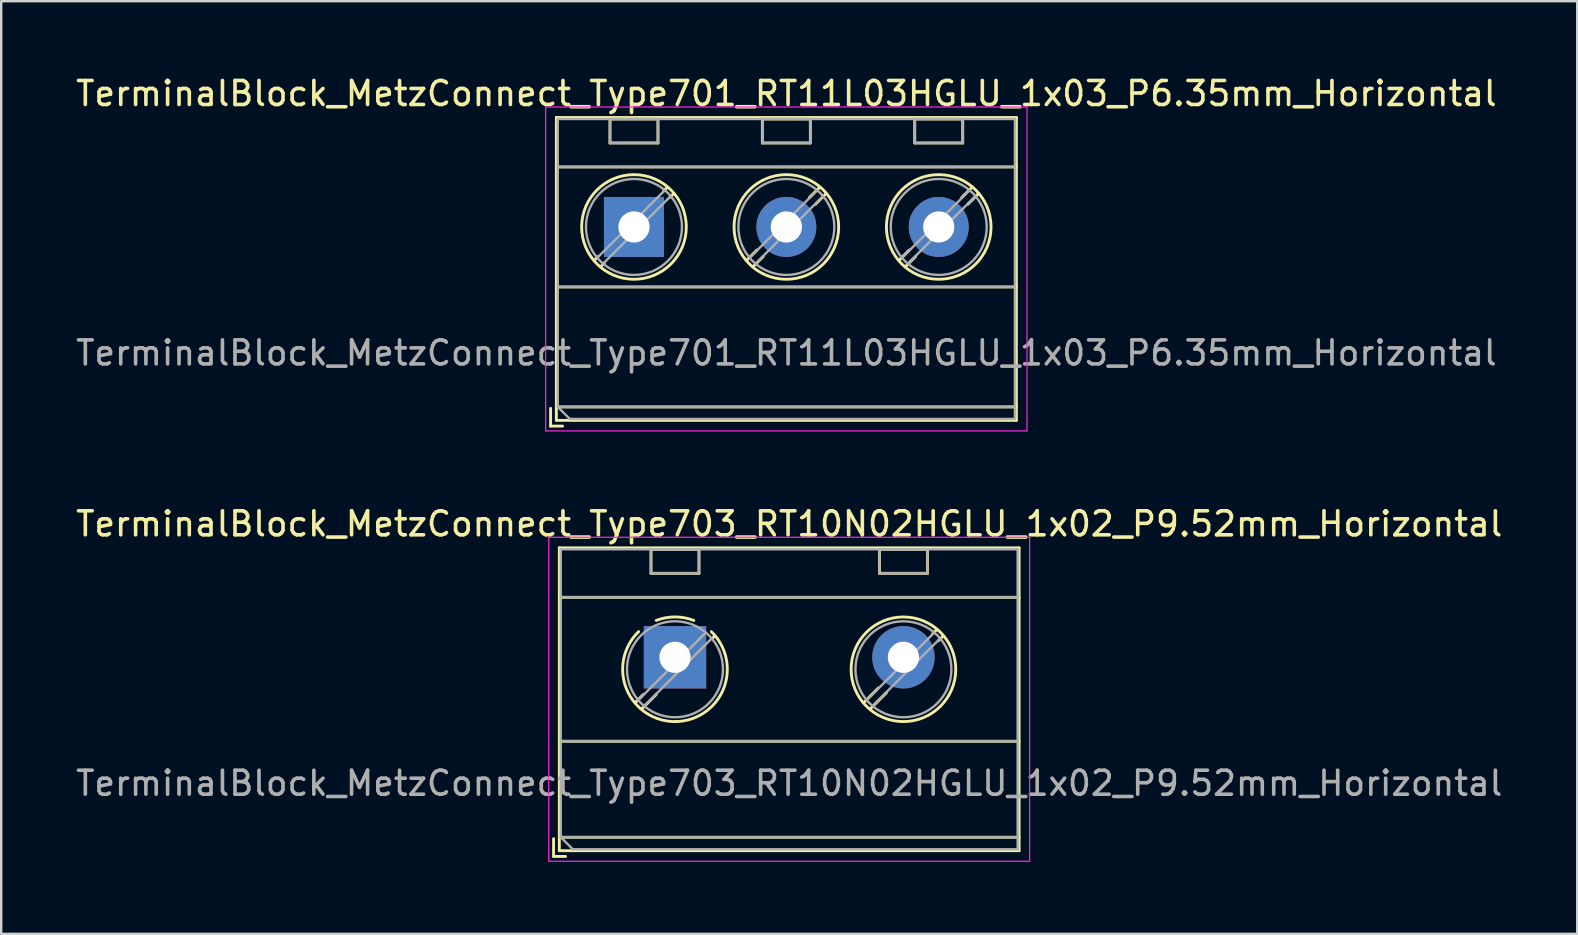
<source format=kicad_pcb>
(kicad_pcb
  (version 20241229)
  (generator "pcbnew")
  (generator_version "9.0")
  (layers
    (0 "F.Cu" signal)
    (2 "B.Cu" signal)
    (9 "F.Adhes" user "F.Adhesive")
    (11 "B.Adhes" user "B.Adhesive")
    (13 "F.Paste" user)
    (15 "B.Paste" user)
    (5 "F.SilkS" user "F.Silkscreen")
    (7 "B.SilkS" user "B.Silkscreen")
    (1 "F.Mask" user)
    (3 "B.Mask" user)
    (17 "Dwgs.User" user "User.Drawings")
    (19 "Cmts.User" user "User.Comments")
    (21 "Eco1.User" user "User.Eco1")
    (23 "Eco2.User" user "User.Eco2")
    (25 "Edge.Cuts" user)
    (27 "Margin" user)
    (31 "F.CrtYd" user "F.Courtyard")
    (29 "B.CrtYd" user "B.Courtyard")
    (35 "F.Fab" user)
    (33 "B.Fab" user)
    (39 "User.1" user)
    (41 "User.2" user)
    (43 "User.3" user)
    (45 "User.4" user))
  (footprint "TerminalBlock_MetzConnect_Type701_RT11L03HGLU_1x03_P6.35mm_Horizontal"
    (layer "F.Cu")
    (at 23.37 6.408)
    (property "Reference" "TerminalBlock_MetzConnect_Type701_RT11L03HGLU_1x03_P6.35mm_Horizontal" (at 6.35 -5.56 0) (layer "F.SilkS") (effects (font (size 1 1) (thickness 0.15))))
    (attr through_hole)
    (fp_line (start -3.475 7.56) (end -3.475 8.3) (stroke (width 0.12) (type solid)) (layer "F.SilkS"))
    (fp_line (start -3.475 8.3) (end -2.975 8.3) (stroke (width 0.12) (type solid)) (layer "F.SilkS"))
    (fp_line (start -3.235 -4.56) (end -3.235 8.06) (stroke (width 0.12) (type solid)) (layer "F.SilkS"))
    (fp_line (start -3.235 -4.56) (end 15.935 -4.56) (stroke (width 0.12) (type solid)) (layer "F.SilkS"))
    (fp_line (start -3.235 -2.5) (end 15.935 -2.5) (stroke (width 0.12) (type solid)) (layer "F.SilkS"))
    (fp_line (start -3.235 2.5) (end 15.935 2.5) (stroke (width 0.12) (type solid)) (layer "F.SilkS"))
    (fp_line (start -3.235 7.5) (end 15.935 7.5) (stroke (width 0.12) (type solid)) (layer "F.SilkS"))
    (fp_line (start -3.235 8.06) (end 15.935 8.06) (stroke (width 0.12) (type solid)) (layer "F.SilkS"))
    (fp_line (start -1.502 1.235) (end -1.654 1.388) (stroke (width 0.12) (type solid)) (layer "F.SilkS"))
    (fp_line (start -1.236 1.502) (end -1.388 1.654) (stroke (width 0.12) (type solid)) (layer "F.SilkS"))
    (fp_line (start -1 -4.5) (end -1 -3.5) (stroke (width 0.12) (type solid)) (layer "F.SilkS"))
    (fp_line (start -1 -4.5) (end 1 -4.5) (stroke (width 0.12) (type solid)) (layer "F.SilkS"))
    (fp_line (start -1 -3.5) (end 1 -3.5) (stroke (width 0.12) (type solid)) (layer "F.SilkS"))
    (fp_line (start 1 -4.5) (end 1 -3.5) (stroke (width 0.12) (type solid)) (layer "F.SilkS"))
    (fp_line (start 1.388 -1.654) (end 1.236 -1.502) (stroke (width 0.12) (type solid)) (layer "F.SilkS"))
    (fp_line (start 1.654 -1.388) (end 1.502 -1.236) (stroke (width 0.12) (type solid)) (layer "F.SilkS"))
    (fp_line (start 5.123 0.962) (end 4.697 1.388) (stroke (width 0.12) (type solid)) (layer "F.SilkS"))
    (fp_line (start 5.35 -4.5) (end 5.35 -3.5) (stroke (width 0.12) (type solid)) (layer "F.SilkS"))
    (fp_line (start 5.35 -4.5) (end 7.35 -4.5) (stroke (width 0.12) (type solid)) (layer "F.SilkS"))
    (fp_line (start 5.35 -3.5) (end 7.35 -3.5) (stroke (width 0.12) (type solid)) (layer "F.SilkS"))
    (fp_line (start 5.389 1.228) (end 4.963 1.654) (stroke (width 0.12) (type solid)) (layer "F.SilkS"))
    (fp_line (start 7.35 -4.5) (end 7.35 -3.5) (stroke (width 0.12) (type solid)) (layer "F.SilkS"))
    (fp_line (start 7.738 -1.654) (end 7.312 -1.228) (stroke (width 0.12) (type solid)) (layer "F.SilkS"))
    (fp_line (start 8.004 -1.388) (end 7.563 -0.947) (stroke (width 0.12) (type solid)) (layer "F.SilkS"))
    (fp_line (start 11.473 0.962) (end 11.047 1.388) (stroke (width 0.12) (type solid)) (layer "F.SilkS"))
    (fp_line (start 11.7 -4.5) (end 11.7 -3.5) (stroke (width 0.12) (type solid)) (layer "F.SilkS"))
    (fp_line (start 11.7 -4.5) (end 13.7 -4.5) (stroke (width 0.12) (type solid)) (layer "F.SilkS"))
    (fp_line (start 11.7 -3.5) (end 13.7 -3.5) (stroke (width 0.12) (type solid)) (layer "F.SilkS"))
    (fp_line (start 11.739 1.228) (end 11.313 1.654) (stroke (width 0.12) (type solid)) (layer "F.SilkS"))
    (fp_line (start 13.7 -4.5) (end 13.7 -3.5) (stroke (width 0.12) (type solid)) (layer "F.SilkS"))
    (fp_line (start 14.088 -1.654) (end 13.662 -1.228) (stroke (width 0.12) (type solid)) (layer "F.SilkS"))
    (fp_line (start 14.354 -1.388) (end 13.913 -0.947) (stroke (width 0.12) (type solid)) (layer "F.SilkS"))
    (fp_line (start 15.935 -4.56) (end 15.935 8.06) (stroke (width 0.12) (type solid)) (layer "F.SilkS"))
    (fp_circle (center 0 0) (end 2.18 0) (stroke (width 0.12) (type solid)) (fill no) (layer "F.SilkS"))
    (fp_circle (center 6.35 0) (end 8.53 0) (stroke (width 0.12) (type solid)) (fill no) (layer "F.SilkS"))
    (fp_circle (center 12.7 0) (end 14.88 0) (stroke (width 0.12) (type solid)) (fill no) (layer "F.SilkS"))
    (fp_line (start -3.68 -5) (end -3.68 8.5) (stroke (width 0.05) (type solid)) (layer "F.CrtYd"))
    (fp_line (start -3.68 8.5) (end 16.38 8.5) (stroke (width 0.05) (type solid)) (layer "F.CrtYd"))
    (fp_line (start 16.38 -5) (end -3.68 -5) (stroke (width 0.05) (type solid)) (layer "F.CrtYd"))
    (fp_line (start 16.38 8.5) (end 16.38 -5) (stroke (width 0.05) (type solid)) (layer "F.CrtYd"))
    (fp_line (start -3.175 -4.5) (end 15.875 -4.5) (stroke (width 0.1) (type solid)) (layer "F.Fab"))
    (fp_line (start -3.175 -2.5) (end 15.875 -2.5) (stroke (width 0.1) (type solid)) (layer "F.Fab"))
    (fp_line (start -3.175 2.5) (end 15.875 2.5) (stroke (width 0.1) (type solid)) (layer "F.Fab"))
    (fp_line (start -3.175 7.5) (end -3.175 -4.5) (stroke (width 0.1) (type solid)) (layer "F.Fab"))
    (fp_line (start -3.175 7.5) (end 15.875 7.5) (stroke (width 0.1) (type solid)) (layer "F.Fab"))
    (fp_line (start -2.675 8) (end -3.175 7.5) (stroke (width 0.1) (type solid)) (layer "F.Fab"))
    (fp_line (start -1 -4.5) (end -1 -3.5) (stroke (width 0.1) (type solid)) (layer "F.Fab"))
    (fp_line (start -1 -3.5) (end 1 -3.5) (stroke (width 0.1) (type solid)) (layer "F.Fab"))
    (fp_line (start 1 -4.5) (end -1 -4.5) (stroke (width 0.1) (type solid)) (layer "F.Fab"))
    (fp_line (start 1 -3.5) (end 1 -4.5) (stroke (width 0.1) (type solid)) (layer "F.Fab"))
    (fp_line (start 1.273 -1.517) (end -1.517 1.273) (stroke (width 0.1) (type solid)) (layer "F.Fab"))
    (fp_line (start 1.517 -1.273) (end -1.273 1.517) (stroke (width 0.1) (type solid)) (layer "F.Fab"))
    (fp_line (start 5.35 -4.5) (end 5.35 -3.5) (stroke (width 0.1) (type solid)) (layer "F.Fab"))
    (fp_line (start 5.35 -3.5) (end 7.35 -3.5) (stroke (width 0.1) (type solid)) (layer "F.Fab"))
    (fp_line (start 7.35 -4.5) (end 5.35 -4.5) (stroke (width 0.1) (type solid)) (layer "F.Fab"))
    (fp_line (start 7.35 -3.5) (end 7.35 -4.5) (stroke (width 0.1) (type solid)) (layer "F.Fab"))
    (fp_line (start 7.623 -1.517) (end 4.834 1.273) (stroke (width 0.1) (type solid)) (layer "F.Fab"))
    (fp_line (start 7.867 -1.273) (end 5.078 1.517) (stroke (width 0.1) (type solid)) (layer "F.Fab"))
    (fp_line (start 11.7 -4.5) (end 11.7 -3.5) (stroke (width 0.1) (type solid)) (layer "F.Fab"))
    (fp_line (start 11.7 -3.5) (end 13.7 -3.5) (stroke (width 0.1) (type solid)) (layer "F.Fab"))
    (fp_line (start 13.7 -4.5) (end 11.7 -4.5) (stroke (width 0.1) (type solid)) (layer "F.Fab"))
    (fp_line (start 13.7 -3.5) (end 13.7 -4.5) (stroke (width 0.1) (type solid)) (layer "F.Fab"))
    (fp_line (start 13.973 -1.517) (end 11.184 1.273) (stroke (width 0.1) (type solid)) (layer "F.Fab"))
    (fp_line (start 14.217 -1.273) (end 11.428 1.517) (stroke (width 0.1) (type solid)) (layer "F.Fab"))
    (fp_line (start 15.875 -4.5) (end 15.875 8) (stroke (width 0.1) (type solid)) (layer "F.Fab"))
    (fp_line (start 15.875 8) (end -2.675 8) (stroke (width 0.1) (type solid)) (layer "F.Fab"))
    (fp_circle (center 0 0) (end 2 0) (stroke (width 0.1) (type solid)) (fill no) (layer "F.Fab"))
    (fp_circle (center 6.35 0) (end 8.35 0) (stroke (width 0.1) (type solid)) (fill no) (layer "F.Fab"))
    (fp_circle (center 12.7 0) (end 14.7 0) (stroke (width 0.1) (type solid)) (fill no) (layer "F.Fab"))
    (fp_text user "${REFERENCE}" (at 6.35 5.25 0) (layer "F.Fab") (effects (font (size 1 1) (thickness 0.15))))
    (pad "1" thru_hole rect (at 0 0) (size 2.5 2.5) (drill 1.3) (layers "*.Cu" "*.Mask"))
    (pad "2" thru_hole circle (at 6.35 0) (size 2.5 2.5) (drill 1.3) (layers "*.Cu" "*.Mask"))
    (pad "3" thru_hole circle (at 12.7 0) (size 2.5 2.5) (drill 1.3) (layers "*.Cu" "*.Mask")))
  (footprint "TerminalBlock_MetzConnect_Type703_RT10N02HGLU_1x02_P9.52mm_Horizontal"
    (layer "F.Cu")
    (at 25.079 24.341)
    (property "Reference" "TerminalBlock_MetzConnect_Type703_RT10N02HGLU_1x02_P9.52mm_Horizontal" (at 4.76 -5.56 0) (layer "F.SilkS") (effects (font (size 1 1) (thickness 0.15))))
    (attr through_hole)
    (fp_line (start -5.06 7.56) (end -5.06 8.3) (stroke (width 0.12) (type solid)) (layer "F.SilkS"))
    (fp_line (start -5.06 8.3) (end -4.56 8.3) (stroke (width 0.12) (type solid)) (layer "F.SilkS"))
    (fp_line (start -4.82 -4.56) (end -4.82 8.06) (stroke (width 0.12) (type solid)) (layer "F.SilkS"))
    (fp_line (start -4.82 -4.56) (end 14.34 -4.56) (stroke (width 0.12) (type solid)) (layer "F.SilkS"))
    (fp_line (start -4.82 -2.5) (end 14.34 -2.5) (stroke (width 0.12) (type solid)) (layer "F.SilkS"))
    (fp_line (start -4.82 3.5) (end 14.34 3.5) (stroke (width 0.12) (type solid)) (layer "F.SilkS"))
    (fp_line (start -4.82 7.5) (end 14.34 7.5) (stroke (width 0.12) (type solid)) (layer "F.SilkS"))
    (fp_line (start -4.82 8.06) (end 14.34 8.06) (stroke (width 0.12) (type solid)) (layer "F.SilkS"))
    (fp_line (start -1.32 1.553) (end -1.654 1.888) (stroke (width 0.12) (type solid)) (layer "F.SilkS"))
    (fp_line (start -1 -4.5) (end -1 -3.5) (stroke (width 0.12) (type solid)) (layer "F.SilkS"))
    (fp_line (start -1 -4.5) (end 1 -4.5) (stroke (width 0.12) (type solid)) (layer "F.SilkS"))
    (fp_line (start -1 -3.5) (end 1 -3.5) (stroke (width 0.12) (type solid)) (layer "F.SilkS"))
    (fp_line (start -0.78 1.546) (end -1.388 2.154) (stroke (width 0.12) (type solid)) (layer "F.SilkS"))
    (fp_line (start 1 -4.5) (end 1 -3.5) (stroke (width 0.12) (type solid)) (layer "F.SilkS"))
    (fp_line (start 1.654 -0.888) (end 1.547 -0.781) (stroke (width 0.12) (type solid)) (layer "F.SilkS"))
    (fp_line (start 8.475 1.279) (end 7.867 1.888) (stroke (width 0.12) (type solid)) (layer "F.SilkS"))
    (fp_line (start 8.52 -4.5) (end 8.52 -3.5) (stroke (width 0.12) (type solid)) (layer "F.SilkS"))
    (fp_line (start 8.52 -4.5) (end 10.52 -4.5) (stroke (width 0.12) (type solid)) (layer "F.SilkS"))
    (fp_line (start 8.52 -3.5) (end 10.52 -3.5) (stroke (width 0.12) (type solid)) (layer "F.SilkS"))
    (fp_line (start 8.817 1.47) (end 8.133 2.154) (stroke (width 0.12) (type solid)) (layer "F.SilkS"))
    (fp_line (start 10.52 -4.5) (end 10.52 -3.5) (stroke (width 0.12) (type solid)) (layer "F.SilkS"))
    (fp_line (start 10.908 -1.154) (end 10.741 -0.986) (stroke (width 0.12) (type solid)) (layer "F.SilkS"))
    (fp_line (start 11.174 -0.888) (end 10.976 -0.69) (stroke (width 0.12) (type solid)) (layer "F.SilkS"))
    (fp_line (start 14.34 -4.56) (end 14.34 8.06) (stroke (width 0.12) (type solid)) (layer "F.SilkS"))
    (fp_arc (start -0.781211 -1.536303) (mid 0.000423 -1.681014) (end 0.782 -1.536) (stroke (width 0.12) (type solid)) (layer "F.SilkS"))
    (fp_arc (start 0.037945 2.680721) (mid -2.015074 1.334542) (end -1.515 -1.069) (stroke (width 0.12) (type solid)) (layer "F.SilkS"))
    (fp_arc (start 1.514355 -1.068161) (mid 2.021261 1.316642) (end 0 2.68) (stroke (width 0.12) (type solid)) (layer "F.SilkS"))
    (fp_circle (center 9.52 0.5) (end 11.7 0.5) (stroke (width 0.12) (type solid)) (fill no) (layer "F.SilkS"))
    (fp_line (start -5.26 -5) (end -5.26 8.5) (stroke (width 0.05) (type solid)) (layer "F.CrtYd"))
    (fp_line (start -5.26 8.5) (end 14.78 8.5) (stroke (width 0.05) (type solid)) (layer "F.CrtYd"))
    (fp_line (start 14.78 -5) (end -5.26 -5) (stroke (width 0.05) (type solid)) (layer "F.CrtYd"))
    (fp_line (start 14.78 8.5) (end 14.78 -5) (stroke (width 0.05) (type solid)) (layer "F.CrtYd"))
    (fp_line (start -4.76 -4.5) (end 14.28 -4.5) (stroke (width 0.1) (type solid)) (layer "F.Fab"))
    (fp_line (start -4.76 -2.5) (end 14.28 -2.5) (stroke (width 0.1) (type solid)) (layer "F.Fab"))
    (fp_line (start -4.76 3.5) (end 14.28 3.5) (stroke (width 0.1) (type solid)) (layer "F.Fab"))
    (fp_line (start -4.76 7.5) (end -4.76 -4.5) (stroke (width 0.1) (type solid)) (layer "F.Fab"))
    (fp_line (start -4.76 7.5) (end 14.28 7.5) (stroke (width 0.1) (type solid)) (layer "F.Fab"))
    (fp_line (start -4.26 8) (end -4.76 7.5) (stroke (width 0.1) (type solid)) (layer "F.Fab"))
    (fp_line (start -1 -4.5) (end -1 -3.5) (stroke (width 0.1) (type solid)) (layer "F.Fab"))
    (fp_line (start -1 -3.5) (end 1 -3.5) (stroke (width 0.1) (type solid)) (layer "F.Fab"))
    (fp_line (start 1 -4.5) (end -1 -4.5) (stroke (width 0.1) (type solid)) (layer "F.Fab"))
    (fp_line (start 1 -3.5) (end 1 -4.5) (stroke (width 0.1) (type solid)) (layer "F.Fab"))
    (fp_line (start 1.273 -1.017) (end -1.517 1.773) (stroke (width 0.1) (type solid)) (layer "F.Fab"))
    (fp_line (start 1.517 -0.773) (end -1.273 2.017) (stroke (width 0.1) (type solid)) (layer "F.Fab"))
    (fp_line (start 8.52 -4.5) (end 8.52 -3.5) (stroke (width 0.1) (type solid)) (layer "F.Fab"))
    (fp_line (start 8.52 -3.5) (end 10.52 -3.5) (stroke (width 0.1) (type solid)) (layer "F.Fab"))
    (fp_line (start 10.52 -4.5) (end 8.52 -4.5) (stroke (width 0.1) (type solid)) (layer "F.Fab"))
    (fp_line (start 10.52 -3.5) (end 10.52 -4.5) (stroke (width 0.1) (type solid)) (layer "F.Fab"))
    (fp_line (start 10.793 -1.017) (end 8.004 1.773) (stroke (width 0.1) (type solid)) (layer "F.Fab"))
    (fp_line (start 11.037 -0.773) (end 8.248 2.017) (stroke (width 0.1) (type solid)) (layer "F.Fab"))
    (fp_line (start 14.28 -4.5) (end 14.28 8) (stroke (width 0.1) (type solid)) (layer "F.Fab"))
    (fp_line (start 14.28 8) (end -4.26 8) (stroke (width 0.1) (type solid)) (layer "F.Fab"))
    (fp_circle (center 0 0.5) (end 2 0.5) (stroke (width 0.1) (type solid)) (fill no) (layer "F.Fab"))
    (fp_circle (center 9.52 0.5) (end 11.52 0.5) (stroke (width 0.1) (type solid)) (fill no) (layer "F.Fab"))
    (fp_text user "${REFERENCE}" (at 4.76 5.25 0) (layer "F.Fab") (effects (font (size 1 1) (thickness 0.15))))
    (pad "1" thru_hole rect (at 0 0) (size 2.6 2.6) (drill 1.3) (layers "*.Cu" "*.Mask"))
    (pad "2" thru_hole circle (at 9.52 0) (size 2.6 2.6) (drill 1.3) (layers "*.Cu" "*.Mask")))
  (gr_rect
    (start -3 -3)
    (end 62.679 35.867)
    (stroke (width 0.1) (type default))
    (fill no)
    (layer "Edge.Cuts")))
</source>
